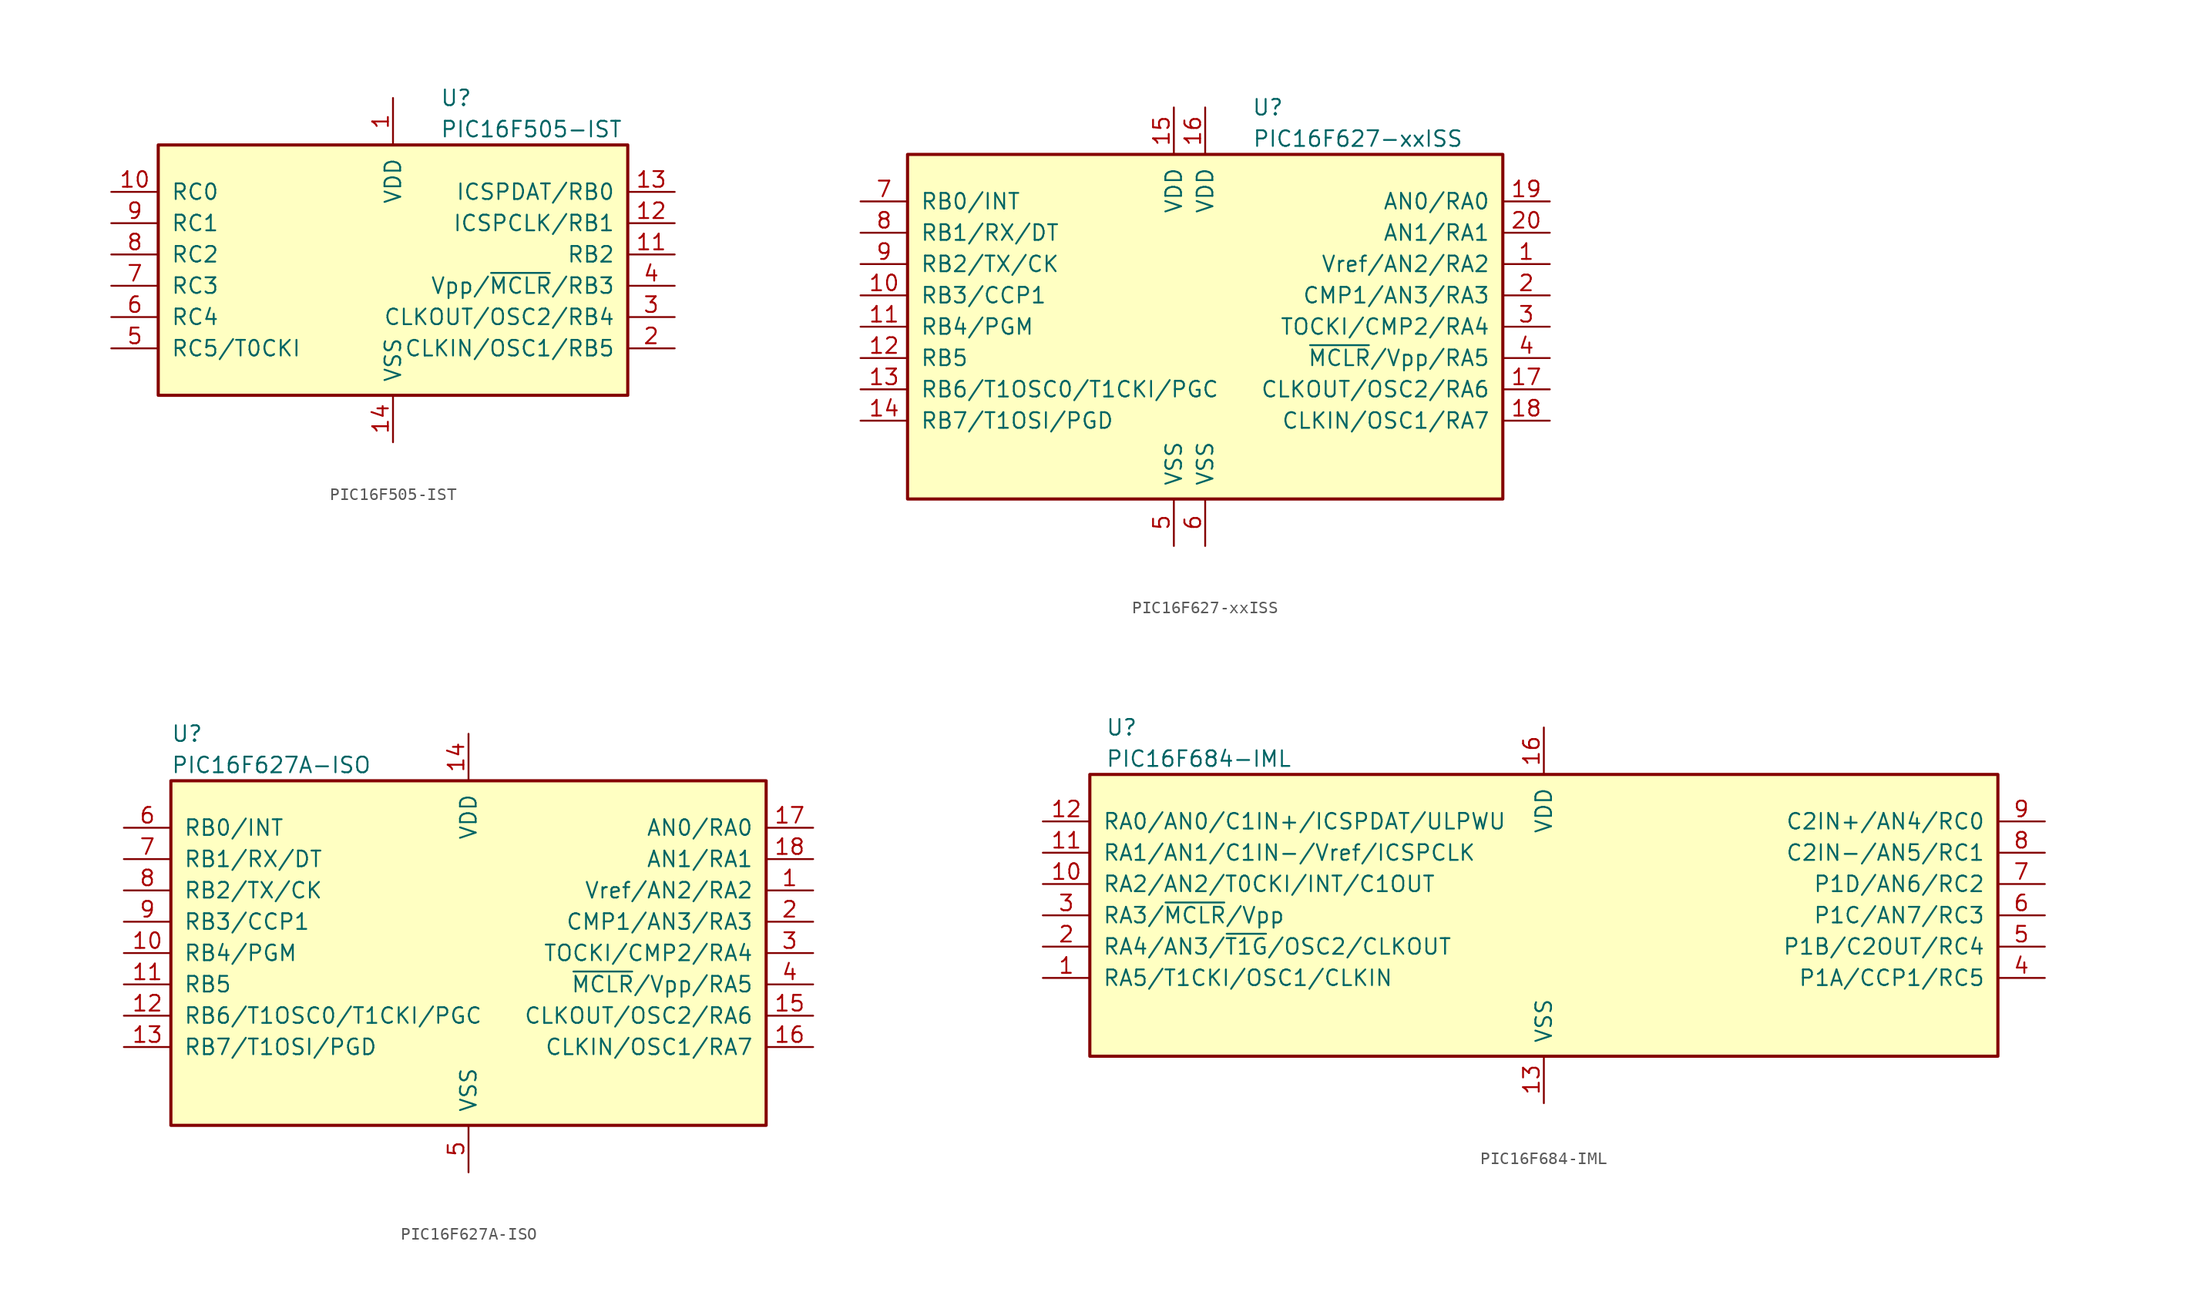
<source format=kicad_sym>
(kicad_symbol_lib
  (version 20241209)
  (generator "kicad_symbol_editor")
  (generator_version "9.0")
  (symbol "PIC16F505-IST"
    (pin_names
      (offset 1.016))
    (property "Reference" "U"
      (at 3.81 12.7 0)
      (effects (font (size 1.27 1.27)) (justify left)))
    (property "Value" "PIC16F505-IST"
      (at 3.81 10.16 0)
      (effects (font (size 1.27 1.27)) (justify left)))
    (symbol "PIC16F505-IST_0_1"
      (rectangle (start -19.05 8.89) (end 19.05 -11.43) (stroke (width 0.254) (type default)) (fill (type background))))
    (symbol "PIC16F505-IST_1_1"
      (pin bidirectional line (at -22.86 5.08 0) (length 3.81) (name "RC0" (effects (font (size 1.27 1.27)))) (number "10" (effects (font (size 1.27 1.27)))))
      (pin bidirectional line (at -22.86 2.54 0) (length 3.81) (name "RC1" (effects (font (size 1.27 1.27)))) (number "9" (effects (font (size 1.27 1.27)))))
      (pin bidirectional line (at -22.86 0 0) (length 3.81) (name "RC2" (effects (font (size 1.27 1.27)))) (number "8" (effects (font (size 1.27 1.27)))))
      (pin bidirectional line (at -22.86 -2.54 0) (length 3.81) (name "RC3" (effects (font (size 1.27 1.27)))) (number "7" (effects (font (size 1.27 1.27)))))
      (pin bidirectional line (at -22.86 -5.08 0) (length 3.81) (name "RC4" (effects (font (size 1.27 1.27)))) (number "6" (effects (font (size 1.27 1.27)))))
      (pin bidirectional line (at -22.86 -7.62 0) (length 3.81) (name "RC5/T0CKI" (effects (font (size 1.27 1.27)))) (number "5" (effects (font (size 1.27 1.27)))))
      (pin power_in line (at 0 12.7 270) (length 3.81) (name "VDD" (effects (font (size 1.27 1.27)))) (number "1" (effects (font (size 1.27 1.27)))))
      (pin power_in line (at 0 -15.24 90) (length 3.81) (name "VSS" (effects (font (size 1.27 1.27)))) (number "14" (effects (font (size 1.27 1.27)))))
      (pin bidirectional line (at 22.86 5.08 180) (length 3.81) (name "ICSPDAT/RB0" (effects (font (size 1.27 1.27)))) (number "13" (effects (font (size 1.27 1.27)))))
      (pin bidirectional line (at 22.86 2.54 180) (length 3.81) (name "ICSPCLK/RB1" (effects (font (size 1.27 1.27)))) (number "12" (effects (font (size 1.27 1.27)))))
      (pin bidirectional line (at 22.86 0 180) (length 3.81) (name "RB2" (effects (font (size 1.27 1.27)))) (number "11" (effects (font (size 1.27 1.27)))))
      (pin input line (at 22.86 -2.54 180) (length 3.81) (name "Vpp/~{MCLR}/RB3" (effects (font (size 1.27 1.27)))) (number "4" (effects (font (size 1.27 1.27)))))
      (pin bidirectional line (at 22.86 -5.08 180) (length 3.81) (name "CLKOUT/OSC2/RB4" (effects (font (size 1.27 1.27)))) (number "3" (effects (font (size 1.27 1.27)))))
      (pin bidirectional line (at 22.86 -7.62 180) (length 3.81) (name "CLKIN/OSC1/RB5" (effects (font (size 1.27 1.27)))) (number "2" (effects (font (size 1.27 1.27)))))))
  (symbol "PIC16F627-xxISS"
    (pin_names
      (offset 1.016))
    (property "Reference" "U"
      (at 5.08 17.78 0)
      (effects (font (size 1.27 1.27))))
    (property "Value" "PIC16F627-xxISS"
      (at 3.81 15.24 0)
      (effects (font (size 1.27 1.27)) (justify left)))
    (symbol "PIC16F627-xxISS_0_1"
      (rectangle (start 24.13 13.97) (end -24.13 -13.97) (stroke (width 0.254) (type default)) (fill (type background))))
    (symbol "PIC16F627-xxISS_1_1"
      (pin bidirectional line (at -27.94 10.16 0) (length 3.81) (name "RB0/INT" (effects (font (size 1.27 1.27)))) (number "7" (effects (font (size 1.27 1.27)))))
      (pin bidirectional line (at -27.94 7.62 0) (length 3.81) (name "RB1/RX/DT" (effects (font (size 1.27 1.27)))) (number "8" (effects (font (size 1.27 1.27)))))
      (pin bidirectional line (at -27.94 5.08 0) (length 3.81) (name "RB2/TX/CK" (effects (font (size 1.27 1.27)))) (number "9" (effects (font (size 1.27 1.27)))))
      (pin bidirectional line (at -27.94 2.54 0) (length 3.81) (name "RB3/CCP1" (effects (font (size 1.27 1.27)))) (number "10" (effects (font (size 1.27 1.27)))))
      (pin bidirectional line (at -27.94 0 0) (length 3.81) (name "RB4/PGM" (effects (font (size 1.27 1.27)))) (number "11" (effects (font (size 1.27 1.27)))))
      (pin bidirectional line (at -27.94 -2.54 0) (length 3.81) (name "RB5" (effects (font (size 1.27 1.27)))) (number "12" (effects (font (size 1.27 1.27)))))
      (pin bidirectional line (at -27.94 -5.08 0) (length 3.81) (name "RB6/T1OSC0/T1CKI/PGC" (effects (font (size 1.27 1.27)))) (number "13" (effects (font (size 1.27 1.27)))))
      (pin bidirectional line (at -27.94 -7.62 0) (length 3.81) (name "RB7/T1OSI/PGD" (effects (font (size 1.27 1.27)))) (number "14" (effects (font (size 1.27 1.27)))))
      (pin power_in line (at -2.54 17.78 270) (length 3.81) (name "VDD" (effects (font (size 1.27 1.27)))) (number "15" (effects (font (size 1.27 1.27)))))
      (pin power_in line (at -2.54 -17.78 90) (length 3.81) (name "VSS" (effects (font (size 1.27 1.27)))) (number "5" (effects (font (size 1.27 1.27)))))
      (pin power_in line (at 0 17.78 270) (length 3.81) (name "VDD" (effects (font (size 1.27 1.27)))) (number "16" (effects (font (size 1.27 1.27)))))
      (pin power_in line (at 0 -17.78 90) (length 3.81) (name "VSS" (effects (font (size 1.27 1.27)))) (number "6" (effects (font (size 1.27 1.27)))))
      (pin bidirectional line (at 27.94 10.16 180) (length 3.81) (name "AN0/RA0" (effects (font (size 1.27 1.27)))) (number "19" (effects (font (size 1.27 1.27)))))
      (pin bidirectional line (at 27.94 7.62 180) (length 3.81) (name "AN1/RA1" (effects (font (size 1.27 1.27)))) (number "20" (effects (font (size 1.27 1.27)))))
      (pin bidirectional line (at 27.94 5.08 180) (length 3.81) (name "Vref/AN2/RA2" (effects (font (size 1.27 1.27)))) (number "1" (effects (font (size 1.27 1.27)))))
      (pin bidirectional line (at 27.94 2.54 180) (length 3.81) (name "CMP1/AN3/RA3" (effects (font (size 1.27 1.27)))) (number "2" (effects (font (size 1.27 1.27)))))
      (pin bidirectional line (at 27.94 0 180) (length 3.81) (name "TOCKI/CMP2/RA4" (effects (font (size 1.27 1.27)))) (number "3" (effects (font (size 1.27 1.27)))))
      (pin input line (at 27.94 -2.54 180) (length 3.81) (name "~{MCLR}/Vpp/RA5" (effects (font (size 1.27 1.27)))) (number "4" (effects (font (size 1.27 1.27)))))
      (pin bidirectional line (at 27.94 -5.08 180) (length 3.81) (name "CLKOUT/OSC2/RA6" (effects (font (size 1.27 1.27)))) (number "17" (effects (font (size 1.27 1.27)))))
      (pin bidirectional line (at 27.94 -7.62 180) (length 3.81) (name "CLKIN/OSC1/RA7" (effects (font (size 1.27 1.27)))) (number "18" (effects (font (size 1.27 1.27)))))))
  (symbol "PIC16F627A-ISO"
    (pin_names
      (offset 1.016))
    (property "Reference" "U"
      (at -24.13 17.78 0)
      (effects (font (size 1.27 1.27)) (justify left)))
    (property "Value" "PIC16F627A-ISO"
      (at -24.13 15.24 0)
      (effects (font (size 1.27 1.27)) (justify left)))
    (symbol "PIC16F627A-ISO_0_1"
      (rectangle (start 24.13 13.97) (end -24.13 -13.97) (stroke (width 0.254) (type default)) (fill (type background))))
    (symbol "PIC16F627A-ISO_1_1"
      (pin bidirectional line (at -27.94 10.16 0) (length 3.81) (name "RB0/INT" (effects (font (size 1.27 1.27)))) (number "6" (effects (font (size 1.27 1.27)))))
      (pin bidirectional line (at -27.94 7.62 0) (length 3.81) (name "RB1/RX/DT" (effects (font (size 1.27 1.27)))) (number "7" (effects (font (size 1.27 1.27)))))
      (pin bidirectional line (at -27.94 5.08 0) (length 3.81) (name "RB2/TX/CK" (effects (font (size 1.27 1.27)))) (number "8" (effects (font (size 1.27 1.27)))))
      (pin bidirectional line (at -27.94 2.54 0) (length 3.81) (name "RB3/CCP1" (effects (font (size 1.27 1.27)))) (number "9" (effects (font (size 1.27 1.27)))))
      (pin bidirectional line (at -27.94 0 0) (length 3.81) (name "RB4/PGM" (effects (font (size 1.27 1.27)))) (number "10" (effects (font (size 1.27 1.27)))))
      (pin bidirectional line (at -27.94 -2.54 0) (length 3.81) (name "RB5" (effects (font (size 1.27 1.27)))) (number "11" (effects (font (size 1.27 1.27)))))
      (pin bidirectional line (at -27.94 -5.08 0) (length 3.81) (name "RB6/T1OSC0/T1CKI/PGC" (effects (font (size 1.27 1.27)))) (number "12" (effects (font (size 1.27 1.27)))))
      (pin bidirectional line (at -27.94 -7.62 0) (length 3.81) (name "RB7/T1OSI/PGD" (effects (font (size 1.27 1.27)))) (number "13" (effects (font (size 1.27 1.27)))))
      (pin power_in line (at 0 17.78 270) (length 3.81) (name "VDD" (effects (font (size 1.27 1.27)))) (number "14" (effects (font (size 1.27 1.27)))))
      (pin power_in line (at 0 -17.78 90) (length 3.81) (name "VSS" (effects (font (size 1.27 1.27)))) (number "5" (effects (font (size 1.27 1.27)))))
      (pin bidirectional line (at 27.94 10.16 180) (length 3.81) (name "AN0/RA0" (effects (font (size 1.27 1.27)))) (number "17" (effects (font (size 1.27 1.27)))))
      (pin bidirectional line (at 27.94 7.62 180) (length 3.81) (name "AN1/RA1" (effects (font (size 1.27 1.27)))) (number "18" (effects (font (size 1.27 1.27)))))
      (pin bidirectional line (at 27.94 5.08 180) (length 3.81) (name "Vref/AN2/RA2" (effects (font (size 1.27 1.27)))) (number "1" (effects (font (size 1.27 1.27)))))
      (pin bidirectional line (at 27.94 2.54 180) (length 3.81) (name "CMP1/AN3/RA3" (effects (font (size 1.27 1.27)))) (number "2" (effects (font (size 1.27 1.27)))))
      (pin bidirectional line (at 27.94 0 180) (length 3.81) (name "TOCKI/CMP2/RA4" (effects (font (size 1.27 1.27)))) (number "3" (effects (font (size 1.27 1.27)))))
      (pin input line (at 27.94 -2.54 180) (length 3.81) (name "~{MCLR}/Vpp/RA5" (effects (font (size 1.27 1.27)))) (number "4" (effects (font (size 1.27 1.27)))))
      (pin bidirectional line (at 27.94 -5.08 180) (length 3.81) (name "CLKOUT/OSC2/RA6" (effects (font (size 1.27 1.27)))) (number "15" (effects (font (size 1.27 1.27)))))
      (pin bidirectional line (at 27.94 -7.62 180) (length 3.81) (name "CLKIN/OSC1/RA7" (effects (font (size 1.27 1.27)))) (number "16" (effects (font (size 1.27 1.27)))))))
  (symbol "PIC16F684-IML"
    (pin_names
      (offset 1.016))
    (property "Reference" "U"
      (at -35.56 15.24 0)
      (effects (font (size 1.27 1.27)) (justify left)))
    (property "Value" "PIC16F684-IML"
      (at -35.56 12.7 0)
      (effects (font (size 1.27 1.27)) (justify left)))
    (symbol "PIC16F684-IML_0_1"
      (rectangle (start -36.83 11.43) (end 36.83 -11.43) (stroke (width 0.254) (type default)) (fill (type background))))
    (symbol "PIC16F684-IML_1_1"
      (pin bidirectional line (at -40.64 7.62 0) (length 3.81) (name "RA0/AN0/C1IN+/ICSPDAT/ULPWU" (effects (font (size 1.27 1.27)))) (number "12" (effects (font (size 1.27 1.27)))))
      (pin bidirectional line (at -40.64 5.08 0) (length 3.81) (name "RA1/AN1/C1IN-/Vref/ICSPCLK" (effects (font (size 1.27 1.27)))) (number "11" (effects (font (size 1.27 1.27)))))
      (pin bidirectional line (at -40.64 2.54 0) (length 3.81) (name "RA2/AN2/T0CKI/INT/C1OUT" (effects (font (size 1.27 1.27)))) (number "10" (effects (font (size 1.27 1.27)))))
      (pin input line (at -40.64 0 0) (length 3.81) (name "RA3/~{MCLR}/Vpp" (effects (font (size 1.27 1.27)))) (number "3" (effects (font (size 1.27 1.27)))))
      (pin bidirectional line (at -40.64 -2.54 0) (length 3.81) (name "RA4/AN3/~{T1G}/OSC2/CLKOUT" (effects (font (size 1.27 1.27)))) (number "2" (effects (font (size 1.27 1.27)))))
      (pin bidirectional line (at -40.64 -5.08 0) (length 3.81) (name "RA5/T1CKI/OSC1/CLKIN" (effects (font (size 1.27 1.27)))) (number "1" (effects (font (size 1.27 1.27)))))
      (pin power_in line (at 0 15.24 270) (length 3.81) (name "VDD" (effects (font (size 1.27 1.27)))) (number "16" (effects (font (size 1.27 1.27)))))
      (pin power_in line (at 0 -15.24 90) (length 3.81) (name "VSS" (effects (font (size 1.27 1.27)))) (number "13" (effects (font (size 1.27 1.27)))))
      (pin bidirectional line (at 40.64 7.62 180) (length 3.81) (name "C2IN+/AN4/RC0" (effects (font (size 1.27 1.27)))) (number "9" (effects (font (size 1.27 1.27)))))
      (pin bidirectional line (at 40.64 5.08 180) (length 3.81) (name "C2IN-/AN5/RC1" (effects (font (size 1.27 1.27)))) (number "8" (effects (font (size 1.27 1.27)))))
      (pin bidirectional line (at 40.64 2.54 180) (length 3.81) (name "P1D/AN6/RC2" (effects (font (size 1.27 1.27)))) (number "7" (effects (font (size 1.27 1.27)))))
      (pin bidirectional line (at 40.64 0 180) (length 3.81) (name "P1C/AN7/RC3" (effects (font (size 1.27 1.27)))) (number "6" (effects (font (size 1.27 1.27)))))
      (pin bidirectional line (at 40.64 -2.54 180) (length 3.81) (name "P1B/C2OUT/RC4" (effects (font (size 1.27 1.27)))) (number "5" (effects (font (size 1.27 1.27)))))
      (pin bidirectional line (at 40.64 -5.08 180) (length 3.81) (name "P1A/CCP1/RC5" (effects (font (size 1.27 1.27)))) (number "4" (effects (font (size 1.27 1.27))))))))
</source>
